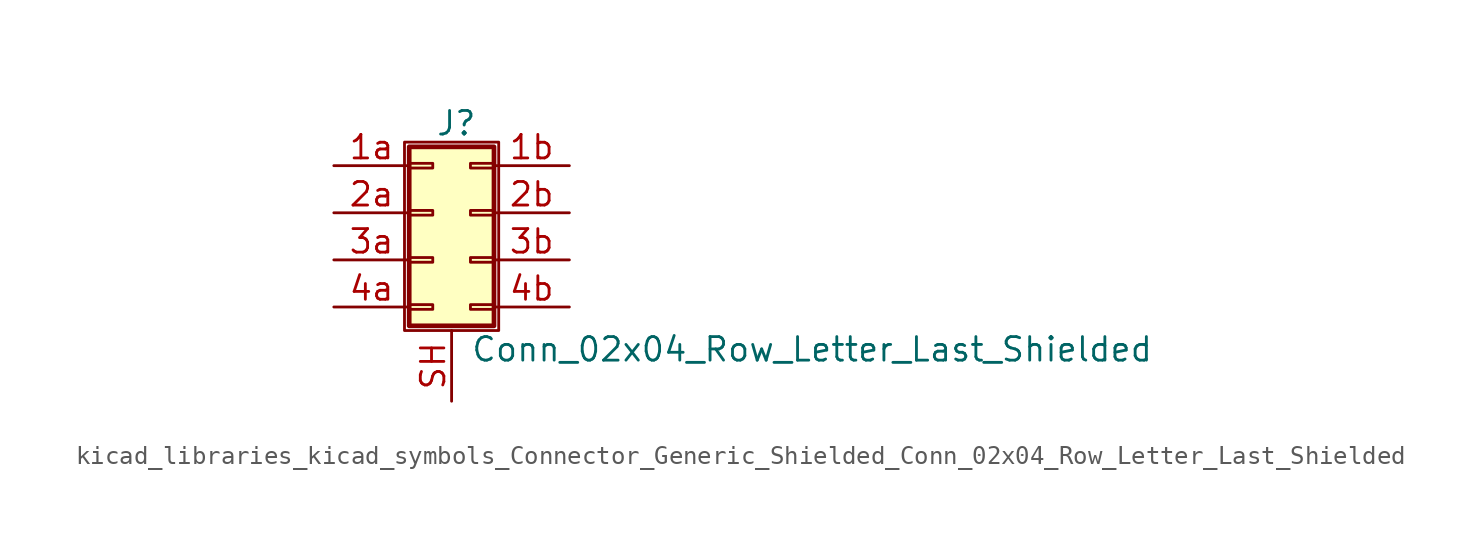
<source format=kicad_sym>
(kicad_symbol_lib
  (version 20220914)
  (generator kicad_symbol_editor)
  (symbol "kicad_libraries_kicad_symbols_Connector_Generic_Shielded_Conn_02x04_Row_Letter_Last_Shielded"
    (pin_names
      (offset 1.016) hide)
    (property "Reference" "J"
      (at 1.524 4.826 0)
      (effects (font (size 1.27 1.27))))
    (property "Value" "Conn_02x04_Row_Letter_Last_Shielded"
      (at 2.286 -7.366 0)
      (effects (font (size 1.27 1.27)) (justify left)))
    (symbol "kicad_libraries_kicad_symbols_Connector_Generic_Shielded_Conn_02x04_Row_Letter_Last_Shielded_1_1"
      (rectangle (start -1.27 3.81) (end 3.81 -6.35) (stroke (width 0.152) (type default)) (fill (type none)))
      (rectangle (start -1.016 -4.953) (end 0.254 -5.207) (stroke (width 0.152) (type default)) (fill (type none)))
      (rectangle (start -1.016 -2.413) (end 0.254 -2.667) (stroke (width 0.152) (type default)) (fill (type none)))
      (rectangle (start -1.016 0.127) (end 0.254 -0.127) (stroke (width 0.152) (type default)) (fill (type none)))
      (rectangle (start -1.016 2.667) (end 0.254 2.413) (stroke (width 0.152) (type default)) (fill (type none)))
      (rectangle (start -1.016 3.556) (end 3.556 -6.096) (stroke (width 0.254) (type default)) (fill (type background)))
      (rectangle (start 3.556 -4.953) (end 2.286 -5.207) (stroke (width 0.152) (type default)) (fill (type none)))
      (rectangle (start 3.556 -2.413) (end 2.286 -2.667) (stroke (width 0.152) (type default)) (fill (type none)))
      (rectangle (start 3.556 0.127) (end 2.286 -0.127) (stroke (width 0.152) (type default)) (fill (type none)))
      (rectangle (start 3.556 2.667) (end 2.286 2.413) (stroke (width 0.152) (type default)) (fill (type none)))
      (pin passive line (at -5.08 2.54 0) (length 4.064) (name "Pin_1a" (effects (font (size 1.27 1.27)))) (number "1a" (effects (font (size 1.27 1.27)))))
      (pin passive line (at 7.62 2.54 180) (length 4.064) (name "Pin_1b" (effects (font (size 1.27 1.27)))) (number "1b" (effects (font (size 1.27 1.27)))))
      (pin passive line (at -5.08 0 0) (length 4.064) (name "Pin_2a" (effects (font (size 1.27 1.27)))) (number "2a" (effects (font (size 1.27 1.27)))))
      (pin passive line (at 7.62 0 180) (length 4.064) (name "Pin_2b" (effects (font (size 1.27 1.27)))) (number "2b" (effects (font (size 1.27 1.27)))))
      (pin passive line (at -5.08 -2.54 0) (length 4.064) (name "Pin_3a" (effects (font (size 1.27 1.27)))) (number "3a" (effects (font (size 1.27 1.27)))))
      (pin passive line (at 7.62 -2.54 180) (length 4.064) (name "Pin_3b" (effects (font (size 1.27 1.27)))) (number "3b" (effects (font (size 1.27 1.27)))))
      (pin passive line (at -5.08 -5.08 0) (length 4.064) (name "Pin_4a" (effects (font (size 1.27 1.27)))) (number "4a" (effects (font (size 1.27 1.27)))))
      (pin passive line (at 7.62 -5.08 180) (length 4.064) (name "Pin_4b" (effects (font (size 1.27 1.27)))) (number "4b" (effects (font (size 1.27 1.27)))))
      (pin passive line (at 1.27 -10.16 90) (length 3.81) (name "Shield" (effects (font (size 1.27 1.27)))) (number "SH" (effects (font (size 1.27 1.27))))))))
</source>
